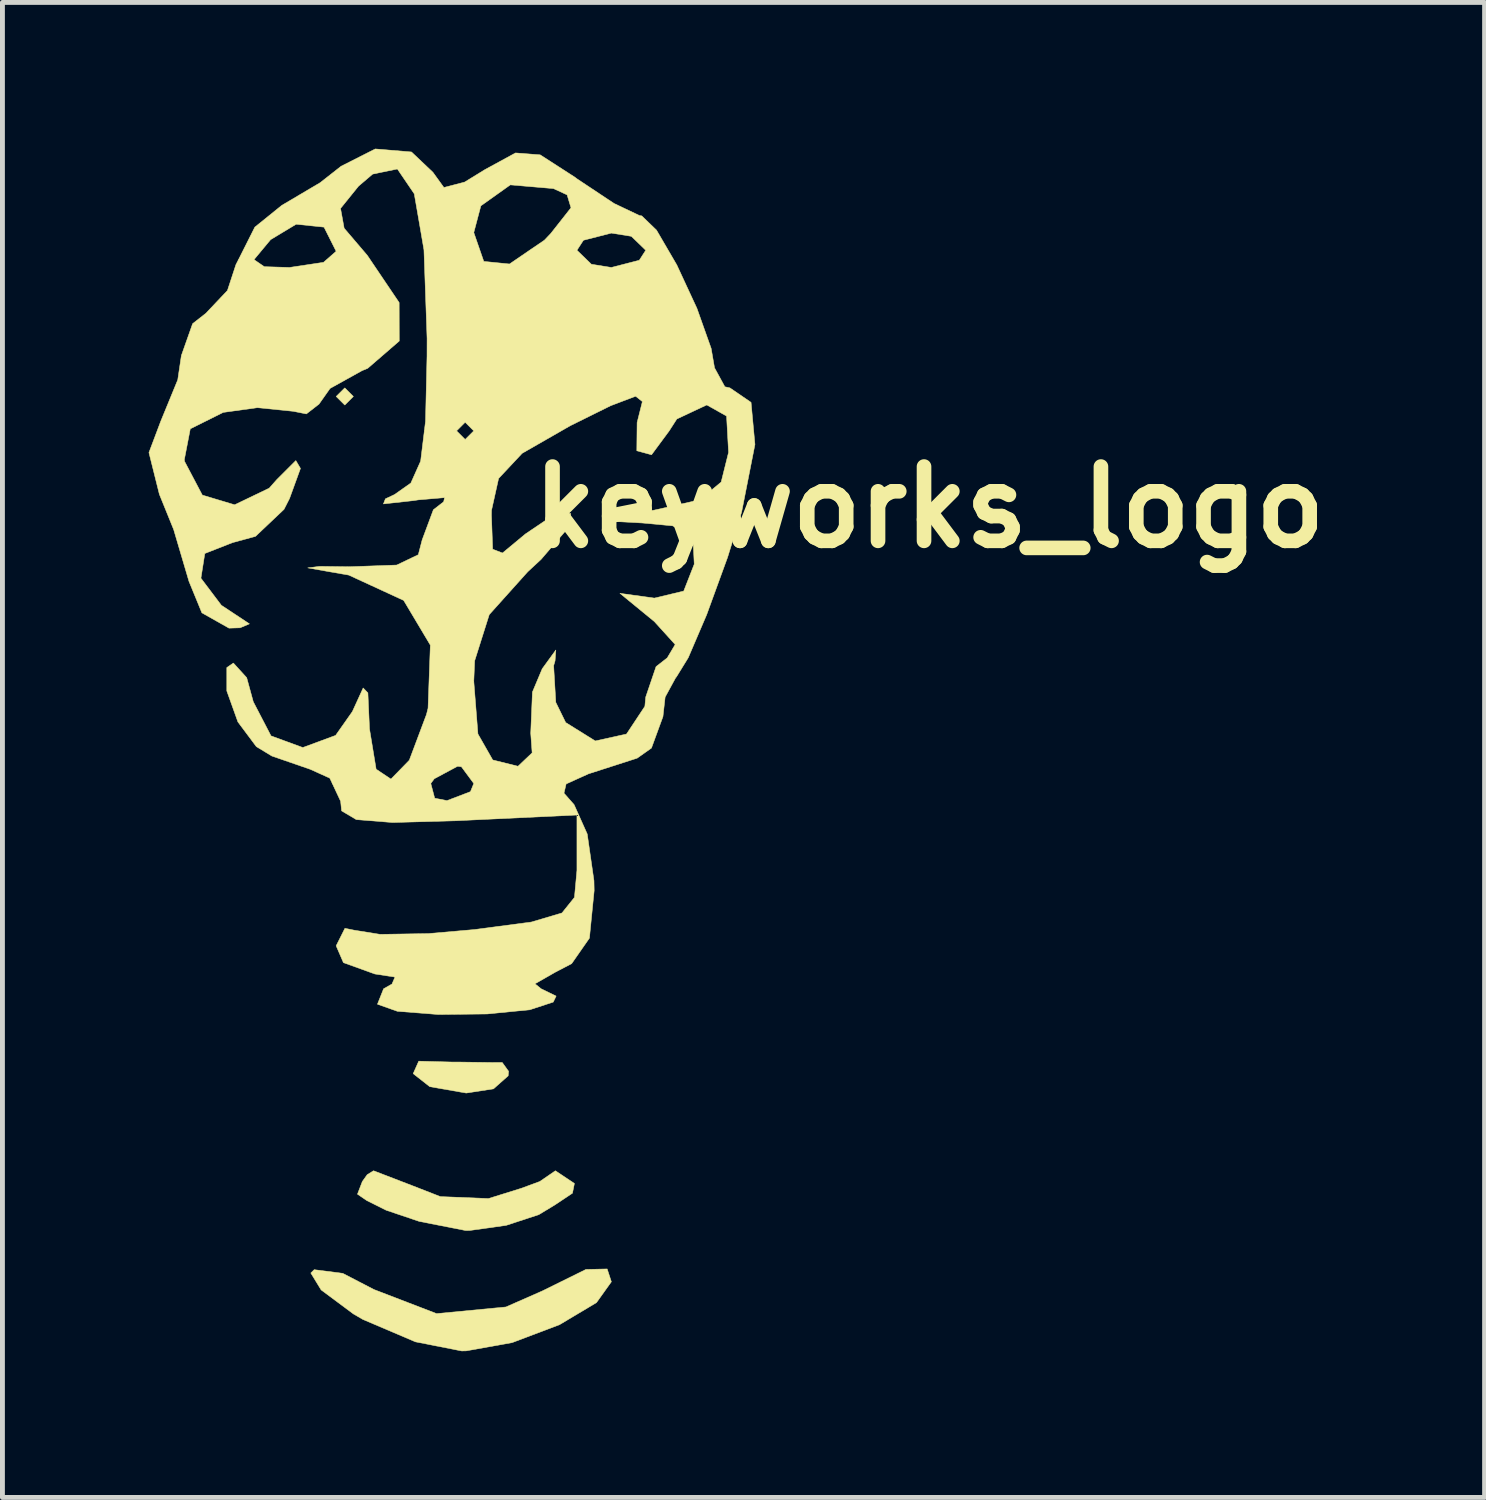
<source format=kicad_pcb>
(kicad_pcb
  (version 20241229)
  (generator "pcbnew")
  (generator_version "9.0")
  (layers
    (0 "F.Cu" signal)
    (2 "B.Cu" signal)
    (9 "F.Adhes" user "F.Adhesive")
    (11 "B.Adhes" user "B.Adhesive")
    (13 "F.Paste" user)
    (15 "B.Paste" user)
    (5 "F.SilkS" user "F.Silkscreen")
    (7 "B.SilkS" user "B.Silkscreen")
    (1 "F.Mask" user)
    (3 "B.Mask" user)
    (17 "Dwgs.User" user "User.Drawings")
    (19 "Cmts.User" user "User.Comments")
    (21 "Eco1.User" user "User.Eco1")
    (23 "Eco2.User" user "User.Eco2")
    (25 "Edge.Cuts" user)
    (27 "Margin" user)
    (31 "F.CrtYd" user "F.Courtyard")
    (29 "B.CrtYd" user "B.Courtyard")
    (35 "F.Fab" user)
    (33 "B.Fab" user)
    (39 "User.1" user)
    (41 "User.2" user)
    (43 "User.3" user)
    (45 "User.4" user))
  (footprint "keyworks_logo"
    (layer "F.Cu")
    (at 5.962 12.314)
    (property "Reference" "keyworks_logo" (at 10.05 -4.96 0) (layer "F.SilkS") (effects (font (size 1.524 1.524) (thickness 0.3))))
    (attr through_hole)
    (fp_poly (pts (xy -1.764 -7.232) (xy -1.94 -7.056) (xy -2.117 -7.232) (xy -1.94 -7.408) (xy -1.764 -7.232)) (stroke (width 0.01) (type solid)) (fill yes) (layer "F.SilkS"))
    (fp_poly (pts (xy 1.29 6.43) (xy 1.42 6.61) (xy 1.411 6.703) (xy 1.11 6.97) (xy 0.55 7.056) (xy -0.197 6.925) (xy -0.537 6.658) (xy -0.423 6.402) (xy 0.26 6.42) (xy 0.39 6.42) (xy 1.11 6.43)) (stroke (width 0.01) (type solid)) (fill yes) (layer "F.SilkS"))
    (fp_poly (pts (xy 2.73 9.11) (xy 2.37 9.35) (xy 2.04 9.55) (xy 1.37 9.77) (xy 0.628 9.874) (xy 0.536 9.875) (xy -0.414 9.688) (xy -1.09 9.46) (xy -1.49 9.26) (xy -1.68 9.13) (xy -1.58 8.87) (xy -1.48 8.73) (xy -1.35 8.65) (xy -0.57 8.95) (xy 0.02 9.18) (xy 1.007 9.22) (xy 1.68 9.01) (xy 2.06 8.87) (xy 2.38 8.65) (xy 2.77 8.91)) (stroke (width 0.01) (type solid)) (fill yes) (layer "F.SilkS"))
    (fp_poly (pts (xy 3.528 10.927) (xy 3.222 11.355) (xy 2.463 11.808) (xy 1.493 12.175) (xy 0.551 12.344) (xy 0.458 12.346) (xy -0.491 12.159) (xy -1.57 11.699) (xy -1.764 11.586) (xy -2.425 11.094) (xy -2.637 10.747) (xy -2.567 10.679) (xy -1.982 10.754) (xy -1.342 11.086) (xy -0.057 11.58) (xy 1.365 11.444) (xy 2.117 11.113) (xy 3.006 10.674) (xy 3.442 10.664) (xy 3.528 10.927)) (stroke (width 0.01) (type solid)) (fill yes) (layer "F.SilkS"))
    (fp_poly (pts (xy -0.572 -12.247) (xy -0.133 -11.831) (xy 0.093 -11.518) (xy 0.518 -11.629) (xy 0.933 -11.884) (xy 1.562 -12.227) (xy 2.068 -12.188) (xy 2.774 -11.733) (xy 2.826 -11.694) (xy 3.583 -11.191) (xy 4.107 -10.942) (xy 4.151 -10.936) (xy 4.454 -10.644) (xy 4.87 -9.93) (xy 5.283 -9.039) (xy 5.575 -8.217) (xy 5.644 -7.819) (xy 5.856 -7.431) (xy 5.959 -7.408) (xy 6.393 -7.111) (xy 6.473 -6.247) (xy 6.2 -4.863) (xy 5.912 -3.934) (xy 5.482 -2.754) (xy 5.105 -1.874) (xy 4.859 -1.474) (xy 4.851 -1.47) (xy 4.631 -1.066) (xy 4.586 -0.665) (xy 4.35 -0.02) (xy 4.057 0.187) (xy 3.057 0.509) (xy 2.6 0.716) (xy 2.556 0.905) (xy 2.763 1.14) (xy 3.033 1.743) (xy 3.171 2.701) (xy 3.175 2.904) (xy 3.078 3.878) (xy 2.713 4.402) (xy 2.381 4.575) (xy 1.961 4.815) (xy 2.087 4.917) (xy 2.395 5.067) (xy 2.336 5.19) (xy 1.854 5.348) (xy 0.977 5.434) (xy -0.019 5.445) (xy -0.861 5.379) (xy -1.27 5.234) (xy -1.144 4.917) (xy -0.972 4.82) (xy -0.91 4.677) (xy -1.323 4.614) (xy -1.968 4.381) (xy -2.117 4.036) (xy -1.937 3.677) (xy -1.745 3.716) (xy -1.216 3.801) (xy -0.227 3.785) (xy 0.724 3.702) (xy 1.888 3.548) (xy 2.515 3.362) (xy 2.771 3.043) (xy 2.822 2.488) (xy 2.822 2.406) (xy 2.822 1.353) (xy 0.357 1.47) (xy -0.959 1.507) (xy -1.704 1.447) (xy -2.005 1.268) (xy -2.025 1.071) (xy -2.196 0.706) (xy -0.176 0.706) (xy -0.096 1.008) (xy 0.156 1.058) (xy 0.638 0.874) (xy 0.706 0.706) (xy 0.452 0.363) (xy 0.374 0.353) (xy -0.104 0.609) (xy -0.176 0.706) (xy -2.196 0.706) (xy -2.247 0.597) (xy -2.646 0.416) (xy -3.436 0.143) (xy -3.754 -0.05) (xy -4.132 -0.556) (xy -4.36 -1.192) (xy -4.36 -1.671) (xy -4.225 -1.764) (xy -3.952 -1.464) (xy -3.817 -0.97) (xy -3.453 -0.27) (xy -2.801 -0.031) (xy -2.128 -0.28) (xy -1.784 -0.769) (xy -1.563 -1.253) (xy -1.466 -1.152) (xy -1.433 -0.412) (xy -1.297 0.413) (xy -0.993 0.616) (xy -0.617 0.23) (xy -0.264 -0.71) (xy -0.232 -0.838) (xy -0.212 -1.391) (xy 0.706 -1.391) (xy 0.791 -0.309) (xy 1.095 0.224) (xy 1.613 0.353) (xy 1.903 0.078) (xy 1.874 -0.324) (xy 1.909 -1.169) (xy 2.11 -1.647) (xy 2.389 -2.031) (xy 2.373 -1.809) (xy 2.344 -1.71) (xy 2.388 -0.958) (xy 2.591 -0.544) (xy 3.198 -0.166) (xy 3.839 -0.308) (xy 4.215 -0.876) (xy 4.233 -1.067) (xy 4.445 -1.691) (xy 4.674 -1.87) (xy 4.837 -2.144) (xy 4.41 -2.615) (xy 3.704 -3.194) (xy 4.41 -3.096) (xy 5.012 -3.24) (xy 5.228 -3.792) (xy 5.201 -4.343) (xy 4.783 -4.579) (xy 4.17 -4.636) (xy 3.475 -4.675) (xy 3.4 -4.729) (xy 3.977 -4.834) (xy 4.41 -4.901) (xy 5.341 -5.112) (xy 5.78 -5.476) (xy 5.932 -6.085) (xy 5.891 -6.83) (xy 5.489 -7.056) (xy 5.48 -7.056) (xy 4.871 -6.77) (xy 4.714 -6.526) (xy 4.352 -6.036) (xy 4.05 -6.118) (xy 4.056 -6.698) (xy 4.062 -6.72) (xy 4.164 -7.127) (xy 4.026 -7.237) (xy 3.513 -7.042) (xy 2.685 -6.632) (xy 1.698 -6.066) (xy 1.215 -5.55) (xy 1.07 -4.898) (xy 1.068 -4.796) (xy 1.093 -4.099) (xy 1.295 -4.021) (xy 1.766 -4.412) (xy 2.355 -4.809) (xy 2.696 -4.83) (xy 2.598 -4.486) (xy 2.086 -3.89) (xy 1.812 -3.636) (xy 1.023 -2.757) (xy 0.724 -1.811) (xy 0.706 -1.391) (xy -0.212 -1.391) (xy -0.185 -2.132) (xy -0.732 -3.049) (xy -1.858 -3.568) (xy -2.242 -3.635) (xy -2.699 -3.716) (xy -2.455 -3.747) (xy -1.852 -3.739) (xy -0.875 -3.774) (xy -0.432 -3.986) (xy -0.353 -4.29) (xy -0.123 -4.908) (xy 0.088 -5.072) (xy 0.107 -5.157) (xy -0.433 -5.111) (xy -0.529 -5.096) (xy -1.147 -5.028) (xy -1.107 -5.132) (xy -0.92 -5.22) (xy -0.585 -5.456) (xy -0.384 -5.906) (xy -0.308 -6.526) (xy 0.353 -6.526) (xy 0.529 -6.35) (xy 0.706 -6.526) (xy 0.529 -6.703) (xy 0.353 -6.526) (xy -0.308 -6.526) (xy -0.284 -6.723) (xy -0.253 -8.059) (xy -0.252 -8.421) (xy -0.316 -10.239) (xy -0.377 -10.594) (xy 0.706 -10.594) (xy 0.911 -10.002) (xy 1.439 -9.949) (xy 1.851 -10.231) (xy 2.822 -10.231) (xy 3.118 -9.944) (xy 3.528 -9.878) (xy 4.101 -10.026) (xy 4.233 -10.231) (xy 3.938 -10.517) (xy 3.528 -10.583) (xy 2.955 -10.436) (xy 2.822 -10.231) (xy 1.851 -10.231) (xy 2.154 -10.437) (xy 2.286 -10.576) (xy 2.7 -11.102) (xy 2.62 -11.367) (xy 2.341 -11.496) (xy 1.455 -11.572) (xy 0.851 -11.142) (xy 0.706 -10.594) (xy -0.377 -10.594) (xy -0.515 -11.389) (xy -0.861 -11.898) (xy -1.368 -11.793) (xy -1.658 -11.546) (xy -2.027 -11.089) (xy -1.953 -10.683) (xy -1.479 -10.127) (xy -0.825 -9.158) (xy -0.823 -8.369) (xy -1.47 -7.809) (xy -1.587 -7.761) (xy -2.242 -7.397) (xy -2.469 -7.075) (xy -2.728 -6.874) (xy -2.999 -6.928) (xy -3.734 -7.002) (xy -4.433 -6.905) (xy -5.109 -6.568) (xy -5.231 -5.937) (xy -5.226 -5.9) (xy -4.862 -5.209) (xy -4.199 -5.01) (xy -3.49 -5.351) (xy -3.336 -5.525) (xy -2.944 -5.917) (xy -2.849 -5.756) (xy -3.073 -5.14) (xy -3.187 -4.916) (xy -3.772 -4.362) (xy -4.246 -4.233) (xy -4.811 -4.011) (xy -4.891 -3.504) (xy -4.472 -2.949) (xy -4.322 -2.85) (xy -3.896 -2.568) (xy -4.087 -2.487) (xy -4.315 -2.48) (xy -4.871 -2.794) (xy -5.136 -3.44) (xy -5.45 -4.503) (xy -5.743 -5.225) (xy -5.957 -6.081) (xy -5.716 -6.72) (xy -5.366 -7.573) (xy -5.292 -8.071) (xy -5.061 -8.725) (xy -4.79 -8.937) (xy -4.347 -9.405) (xy -4.173 -9.936) (xy -4.12 -10.039) (xy -3.802 -10.039) (xy -3.591 -9.894) (xy -3.074 -9.878) (xy -2.376 -9.983) (xy -2.117 -10.21) (xy -2.366 -10.705) (xy -2.937 -10.765) (xy -3.461 -10.449) (xy -3.802 -10.039) (xy -4.12 -10.039) (xy -3.785 -10.705) (xy -3.233 -11.151) (xy -2.445 -11.617) (xy -2.016 -11.954) (xy -1.315 -12.309) (xy -0.572 -12.247)) (stroke (width 0.01) (type solid)) (fill yes) (layer "F.SilkS")))
  (gr_rect
    (start -3 -3)
    (end 27.401 27.665)
    (stroke (width 0.1) (type default))
    (fill no)
    (layer "Edge.Cuts")))
</source>
